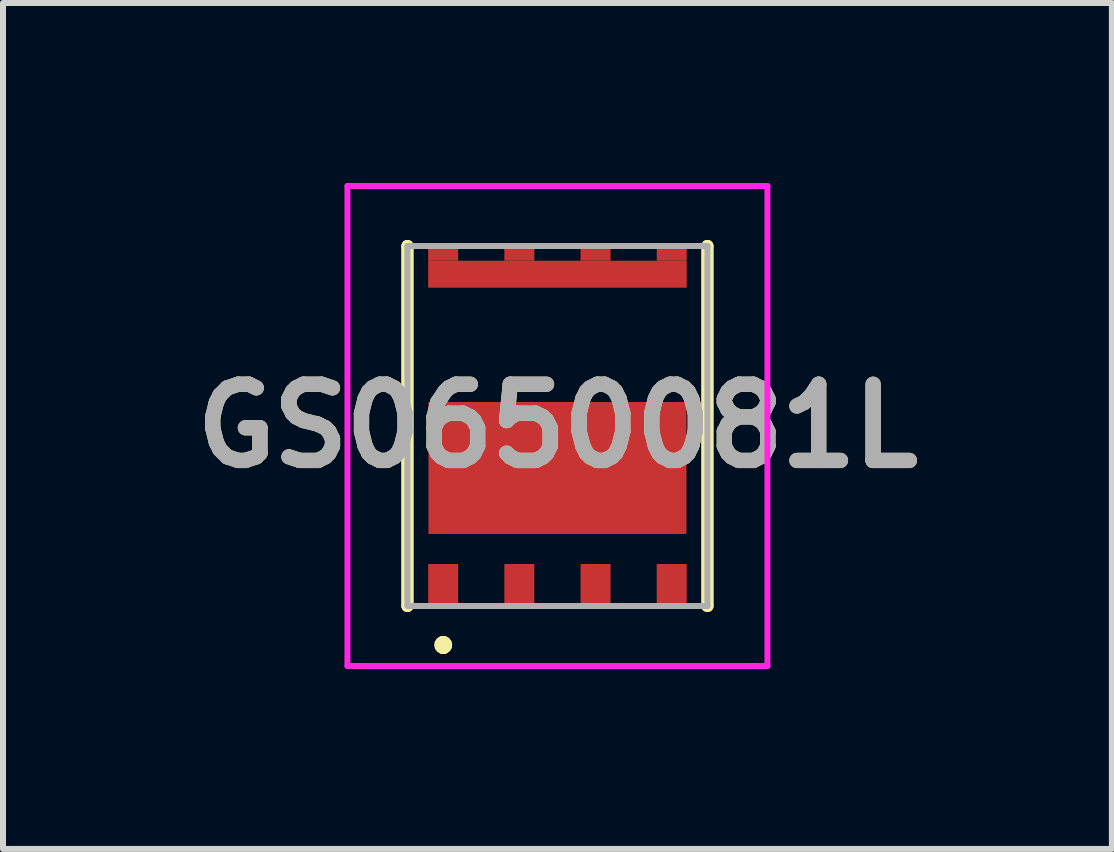
<source format=kicad_pcb>
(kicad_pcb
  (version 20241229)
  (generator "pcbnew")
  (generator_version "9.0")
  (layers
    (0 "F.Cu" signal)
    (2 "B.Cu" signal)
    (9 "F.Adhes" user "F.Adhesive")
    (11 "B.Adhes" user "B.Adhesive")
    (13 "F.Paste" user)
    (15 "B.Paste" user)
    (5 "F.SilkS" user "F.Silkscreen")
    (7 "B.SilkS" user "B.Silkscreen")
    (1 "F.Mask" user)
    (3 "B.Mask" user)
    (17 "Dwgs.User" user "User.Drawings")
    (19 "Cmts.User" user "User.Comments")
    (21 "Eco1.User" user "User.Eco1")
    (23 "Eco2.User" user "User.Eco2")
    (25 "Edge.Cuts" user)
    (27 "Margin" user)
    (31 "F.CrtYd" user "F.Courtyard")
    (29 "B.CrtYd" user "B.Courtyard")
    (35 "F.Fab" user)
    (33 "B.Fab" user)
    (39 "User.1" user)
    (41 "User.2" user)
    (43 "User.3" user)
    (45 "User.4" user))
  (footprint "GS0650081L"
    (layer "F.Cu")
    (at 6.241 4.05)
    (property "Reference" "GS0650081L" (at 0 0 0) (layer "F.SilkS") (effects (font (size 1.27 1.27) (thickness 0.254))))
    (attr smd)
    (fp_line (start -2.5 -3) (end -2.5 -3) (stroke (width 0.2) (type solid)) (layer "F.SilkS"))
    (fp_line (start -2.5 -3) (end -2.5 3) (stroke (width 0.2) (type solid)) (layer "F.SilkS"))
    (fp_line (start -2.5 3) (end -2.5 -3) (stroke (width 0.2) (type solid)) (layer "F.SilkS"))
    (fp_line (start -2.5 3) (end -2.5 3) (stroke (width 0.2) (type solid)) (layer "F.SilkS"))
    (fp_line (start -1.905 3.6) (end -1.905 3.6) (stroke (width 0.2) (type solid)) (layer "F.SilkS"))
    (fp_line (start -1.905 3.7) (end -1.905 3.7) (stroke (width 0.2) (type solid)) (layer "F.SilkS"))
    (fp_line (start -1.905 3.7) (end -1.905 3.7) (stroke (width 0.2) (type solid)) (layer "F.SilkS"))
    (fp_line (start 2.5 -3) (end 2.5 -3) (stroke (width 0.2) (type solid)) (layer "F.SilkS"))
    (fp_line (start 2.5 -3) (end 2.5 3) (stroke (width 0.2) (type solid)) (layer "F.SilkS"))
    (fp_line (start 2.5 3) (end 2.5 -3) (stroke (width 0.2) (type solid)) (layer "F.SilkS"))
    (fp_line (start 2.5 3) (end 2.5 3) (stroke (width 0.2) (type solid)) (layer "F.SilkS"))
    (fp_arc (start -1.905 3.6) (mid -1.855 3.65) (end -1.905 3.7) (stroke (width 0.2) (type solid)) (layer "F.SilkS"))
    (fp_arc (start -1.905 3.6) (mid -1.855 3.65) (end -1.905 3.7) (stroke (width 0.2) (type solid)) (layer "F.SilkS"))
    (fp_arc (start -1.905 3.7) (mid -1.955 3.65) (end -1.905 3.6) (stroke (width 0.2) (type solid)) (layer "F.SilkS"))
    (fp_line (start -3.5 -4) (end 3.5 -4) (stroke (width 0.1) (type solid)) (layer "F.CrtYd"))
    (fp_line (start -3.5 4) (end -3.5 -4) (stroke (width 0.1) (type solid)) (layer "F.CrtYd"))
    (fp_line (start 3.5 -4) (end 3.5 4) (stroke (width 0.1) (type solid)) (layer "F.CrtYd"))
    (fp_line (start 3.5 4) (end -3.5 4) (stroke (width 0.1) (type solid)) (layer "F.CrtYd"))
    (fp_line (start -2.5 -3) (end -2.5 3) (stroke (width 0.1) (type solid)) (layer "F.Fab"))
    (fp_line (start -2.5 3) (end 2.5 3) (stroke (width 0.1) (type solid)) (layer "F.Fab"))
    (fp_line (start 2.5 -3) (end -2.5 -3) (stroke (width 0.1) (type solid)) (layer "F.Fab"))
    (fp_line (start 2.5 3) (end 2.5 -3) (stroke (width 0.1) (type solid)) (layer "F.Fab"))
    (fp_text user "${REFERENCE}" (at 0 0 0) (layer "F.Fab") (effects (font (size 1.27 1.27) (thickness 0.254))))
    (pad "1" smd rect (at -1.905 2.65) (size 0.5 0.7) (layers "F.Cu" "F.Mask" "F.Paste"))
    (pad "2" smd rect (at -0.635 2.65) (size 0.5 0.7) (layers "F.Cu" "F.Mask" "F.Paste"))
    (pad "3" smd rect (at 0.635 2.65) (size 0.5 0.7) (layers "F.Cu" "F.Mask" "F.Paste"))
    (pad "4" smd rect (at 1.905 2.65) (size 0.5 0.7) (layers "F.Cu" "F.Mask" "F.Paste"))
    (pad "5" smd rect (at 0 -2.53 90) (size 0.45 4.31) (layers "F.Cu" "F.Mask" "F.Paste"))
    (pad "6" smd rect (at 0 0.7 90) (size 2.2 4.3) (layers "F.Cu" "F.Mask" "F.Paste"))
    (pad "7" smd rect (at 1.905 -2.88 90) (size 0.25 0.5) (layers "F.Cu" "F.Mask" "F.Paste"))
    (pad "8" smd rect (at 0.635 -2.88 90) (size 0.25 0.5) (layers "F.Cu" "F.Mask" "F.Paste"))
    (pad "9" smd rect (at -0.635 -2.88 90) (size 0.25 0.5) (layers "F.Cu" "F.Mask" "F.Paste"))
    (pad "10" smd rect (at -1.905 -2.88 90) (size 0.25 0.5) (layers "F.Cu" "F.Mask" "F.Paste")))
  (gr_rect
    (start -3 -3)
    (end 15.482 11.1)
    (stroke (width 0.1) (type default))
    (fill no)
    (layer "Edge.Cuts")))
</source>
